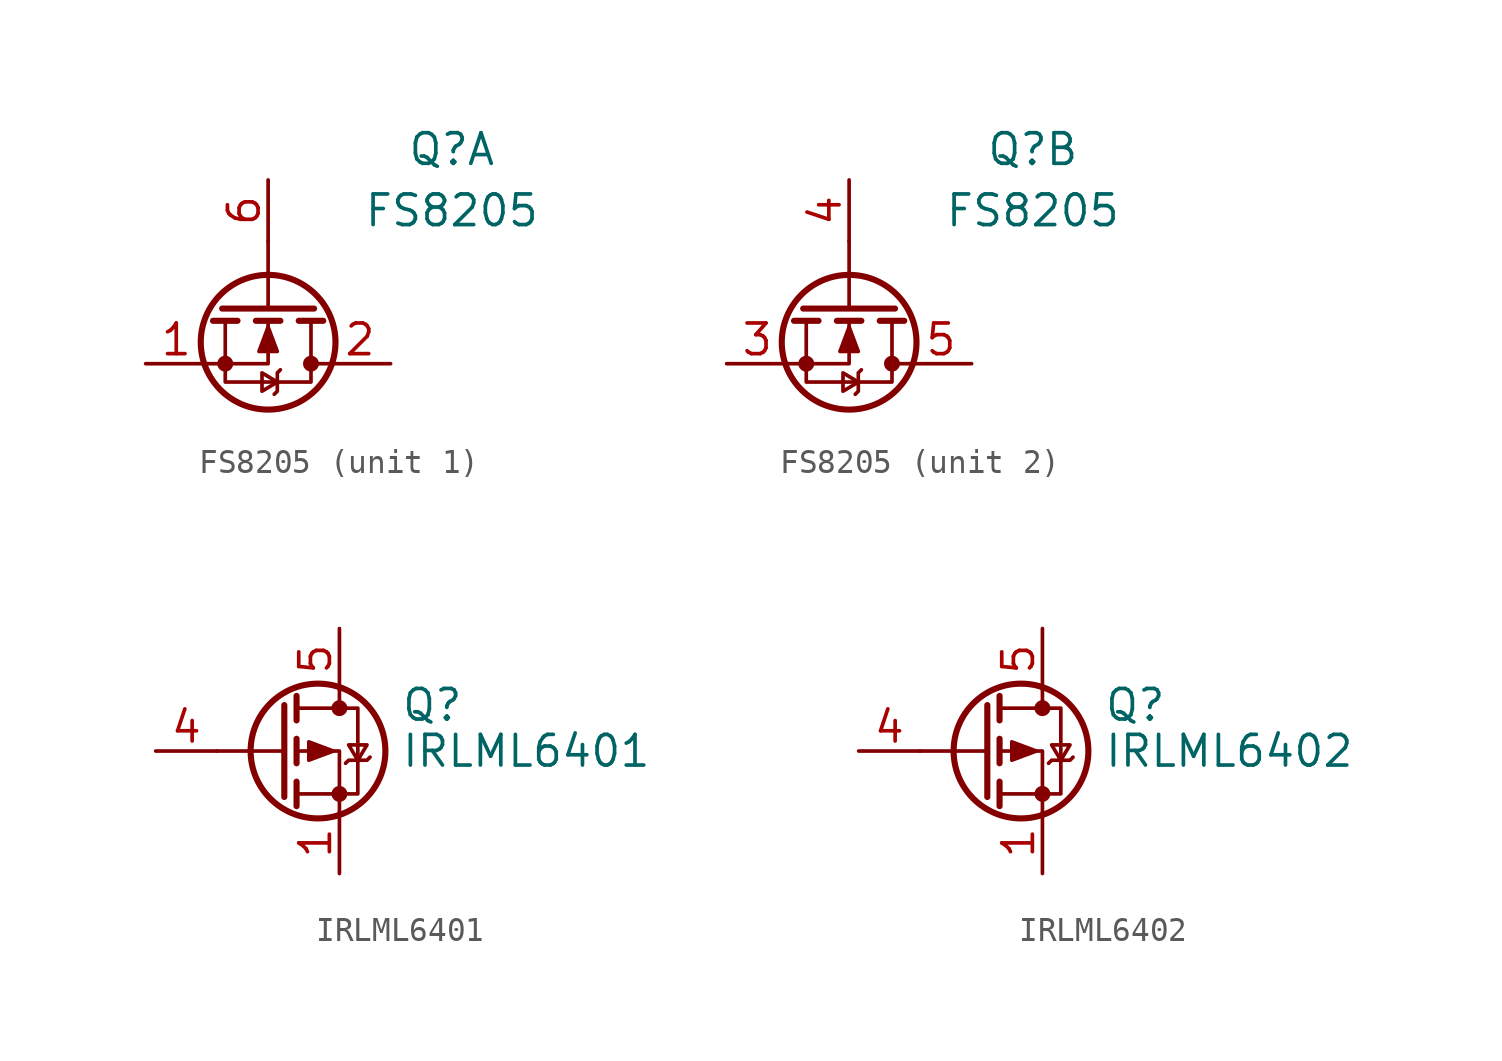
<source format=kicad_sym>
(kicad_symbol_lib
  (version 20211014)
  (generator kicad_symbol_editor)
  (symbol "FS8205"
    (pin_names
      (offset 0) hide)
    (property "Reference" "Q"
      (at 7.62 7.62 0)
      (effects (font (size 1.27 1.27))))
    (property "Value" "FS8205"
      (at 7.62 5.08 0)
      (effects (font (size 1.27 1.27))))
    (symbol "FS8205_0_1"
      (circle (center -1.778 -1.27) (radius 0.254) (stroke (width 0) (type default) (color 0 0 0 0)) (fill (type outline)))
      (circle (center 0 -0.381) (radius 2.794) (stroke (width 0.254) (type default) (color 0 0 0 0)) (fill (type none)))
      (polyline (pts (xy -1.27 0.508) (xy -2.286 0.508)) (stroke (width 0.254) (type default) (color 0 0 0 0)) (fill (type none)))
      (polyline (pts (xy 0 1.016) (xy 0 3.81)) (stroke (width 0) (type default) (color 0 0 0 0)) (fill (type none)))
      (polyline (pts (xy 0.508 0.508) (xy -0.508 0.508)) (stroke (width 0.254) (type default) (color 0 0 0 0)) (fill (type none)))
      (polyline (pts (xy 1.905 1.016) (xy -1.905 1.016)) (stroke (width 0.254) (type default) (color 0 0 0 0)) (fill (type none)))
      (polyline (pts (xy 2.286 0.508) (xy 1.27 0.508)) (stroke (width 0.254) (type default) (color 0 0 0 0)) (fill (type none)))
      (polyline (pts (xy 2.54 -1.27) (xy 1.778 -1.27)) (stroke (width 0) (type default) (color 0 0 0 0)) (fill (type none)))
      (polyline (pts (xy -2.54 -1.27) (xy 0 -1.27) (xy 0 0.508)) (stroke (width 0) (type default) (color 0 0 0 0)) (fill (type none)))
      (polyline (pts (xy -1.778 0.508) (xy -1.778 -2.032) (xy 1.778 -2.032) (xy 1.778 0.508)) (stroke (width 0) (type default) (color 0 0 0 0)) (fill (type none)))
      (polyline (pts (xy 0 0.254) (xy 0.381 -0.762) (xy -0.381 -0.762) (xy 0 0.254)) (stroke (width 0) (type default) (color 0 0 0 0)) (fill (type outline)))
      (polyline (pts (xy 0.381 -2.032) (xy -0.254 -1.651) (xy -0.254 -2.413) (xy 0.381 -2.032)) (stroke (width 0) (type default) (color 0 0 0 0)) (fill (type none)))
      (polyline (pts (xy 0.508 -1.524) (xy 0.381 -1.651) (xy 0.381 -2.413) (xy 0.254 -2.54)) (stroke (width 0) (type default) (color 0 0 0 0)) (fill (type none)))
      (circle (center 1.778 -1.27) (radius 0.254) (stroke (width 0) (type default) (color 0 0 0 0)) (fill (type outline))))
    (symbol "FS8205_1_1"
      (pin passive line (at -5.08 -1.27 0) (length 2.54) (name "S2" (effects (font (size 1.27 1.27)))) (number "1" (effects (font (size 1.27 1.27)))))
      (pin passive line (at 5.08 -1.27 180) (length 2.54) (name "D12" (effects (font (size 1.27 1.27)))) (number "2" (effects (font (size 1.27 1.27)))))
      (pin input line (at 0 6.35 270) (length 2.54) (name "G2" (effects (font (size 1.27 1.27)))) (number "6" (effects (font (size 1.27 1.27))))))
    (symbol "FS8205_2_1"
      (pin passive line (at -5.08 -1.27 0) (length 2.54) (name "S2" (effects (font (size 1.27 1.27)))) (number "3" (effects (font (size 1.27 1.27)))))
      (pin input line (at 0 6.35 270) (length 2.54) (name "G2" (effects (font (size 1.27 1.27)))) (number "4" (effects (font (size 1.27 1.27)))))
      (pin passive line (at 5.08 -1.27 180) (length 2.54) (name "D12" (effects (font (size 1.27 1.27)))) (number "5" (effects (font (size 1.27 1.27)))))))
  (symbol "IRLML6401"
    (pin_names hide)
    (property "Reference" "Q"
      (at 5.08 1.905 0)
      (effects (font (size 1.27 1.27)) (justify left)))
    (property "Value" "IRLML6401"
      (at 5.08 0 0)
      (effects (font (size 1.27 1.27)) (justify left)))
    (symbol "IRLML6401_0_1"
      (polyline (pts (xy 0.254 0) (xy -2.54 0)) (stroke (width 0) (type default) (color 0 0 0 0)) (fill (type none)))
      (polyline (pts (xy 0.254 1.905) (xy 0.254 -1.905)) (stroke (width 0.254) (type default) (color 0 0 0 0)) (fill (type none)))
      (polyline (pts (xy 0.762 -1.27) (xy 0.762 -2.286)) (stroke (width 0.254) (type default) (color 0 0 0 0)) (fill (type none)))
      (polyline (pts (xy 0.762 0.508) (xy 0.762 -0.508)) (stroke (width 0.254) (type default) (color 0 0 0 0)) (fill (type none)))
      (polyline (pts (xy 0.762 2.286) (xy 0.762 1.27)) (stroke (width 0.254) (type default) (color 0 0 0 0)) (fill (type none)))
      (polyline (pts (xy 2.54 2.54) (xy 2.54 1.778)) (stroke (width 0) (type default) (color 0 0 0 0)) (fill (type none)))
      (polyline (pts (xy 2.54 -2.54) (xy 2.54 0) (xy 0.762 0)) (stroke (width 0) (type default) (color 0 0 0 0)) (fill (type none)))
      (polyline (pts (xy 0.762 1.778) (xy 3.302 1.778) (xy 3.302 -1.778) (xy 0.762 -1.778)) (stroke (width 0) (type default) (color 0 0 0 0)) (fill (type none)))
      (polyline (pts (xy 2.286 0) (xy 1.27 0.381) (xy 1.27 -0.381) (xy 2.286 0)) (stroke (width 0) (type default) (color 0 0 0 0)) (fill (type outline)))
      (polyline (pts (xy 2.794 -0.508) (xy 2.921 -0.381) (xy 3.683 -0.381) (xy 3.81 -0.254)) (stroke (width 0) (type default) (color 0 0 0 0)) (fill (type none)))
      (polyline (pts (xy 3.302 -0.381) (xy 2.921 0.254) (xy 3.683 0.254) (xy 3.302 -0.381)) (stroke (width 0) (type default) (color 0 0 0 0)) (fill (type none)))
      (circle (center 1.651 0) (radius 2.794) (stroke (width 0.254) (type default) (color 0 0 0 0)) (fill (type none)))
      (circle (center 2.54 -1.778) (radius 0.254) (stroke (width 0) (type default) (color 0 0 0 0)) (fill (type outline)))
      (circle (center 2.54 1.778) (radius 0.254) (stroke (width 0) (type default) (color 0 0 0 0)) (fill (type outline))))
    (symbol "IRLML6401_1_1"
      (pin passive line (at 2.54 -5.08 90) (length 2.54) (name "S" (effects (font (size 1.27 1.27)))) (number "1" (effects (font (size 1.27 1.27)))))
      (pin passive line (at 2.54 -5.08 90) (length 2.54) hide (name "S" (effects (font (size 1.27 1.27)))) (number "2" (effects (font (size 1.27 1.27)))))
      (pin passive line (at 2.54 -5.08 90) (length 2.54) hide (name "S" (effects (font (size 1.27 1.27)))) (number "3" (effects (font (size 1.27 1.27)))))
      (pin input line (at -5.08 0 0) (length 2.54) (name "G" (effects (font (size 1.27 1.27)))) (number "4" (effects (font (size 1.27 1.27)))))
      (pin passive line (at 2.54 5.08 270) (length 2.54) (name "D" (effects (font (size 1.27 1.27)))) (number "5" (effects (font (size 1.27 1.27)))))
      (pin passive line (at 2.54 5.08 270) (length 2.54) hide (name "D" (effects (font (size 1.27 1.27)))) (number "6" (effects (font (size 1.27 1.27)))))
      (pin passive line (at 2.54 5.08 270) (length 2.54) hide (name "D" (effects (font (size 1.27 1.27)))) (number "7" (effects (font (size 1.27 1.27)))))
      (pin passive line (at 2.54 5.08 270) (length 2.54) hide (name "D" (effects (font (size 1.27 1.27)))) (number "8" (effects (font (size 1.27 1.27)))))))
  (symbol "IRLML6402"
    (pin_names hide)
    (property "Reference" "Q"
      (at 5.08 1.905 0)
      (effects (font (size 1.27 1.27)) (justify left)))
    (property "Value" "IRLML6402"
      (at 5.08 0 0)
      (effects (font (size 1.27 1.27)) (justify left)))
    (symbol "IRLML6402_0_1"
      (polyline (pts (xy 0.254 0) (xy -2.54 0)) (stroke (width 0) (type default) (color 0 0 0 0)) (fill (type none)))
      (polyline (pts (xy 0.254 1.905) (xy 0.254 -1.905)) (stroke (width 0.254) (type default) (color 0 0 0 0)) (fill (type none)))
      (polyline (pts (xy 0.762 -1.27) (xy 0.762 -2.286)) (stroke (width 0.254) (type default) (color 0 0 0 0)) (fill (type none)))
      (polyline (pts (xy 0.762 0.508) (xy 0.762 -0.508)) (stroke (width 0.254) (type default) (color 0 0 0 0)) (fill (type none)))
      (polyline (pts (xy 0.762 2.286) (xy 0.762 1.27)) (stroke (width 0.254) (type default) (color 0 0 0 0)) (fill (type none)))
      (polyline (pts (xy 2.54 2.54) (xy 2.54 1.778)) (stroke (width 0) (type default) (color 0 0 0 0)) (fill (type none)))
      (polyline (pts (xy 2.54 -2.54) (xy 2.54 0) (xy 0.762 0)) (stroke (width 0) (type default) (color 0 0 0 0)) (fill (type none)))
      (polyline (pts (xy 0.762 1.778) (xy 3.302 1.778) (xy 3.302 -1.778) (xy 0.762 -1.778)) (stroke (width 0) (type default) (color 0 0 0 0)) (fill (type none)))
      (polyline (pts (xy 2.286 0) (xy 1.27 0.381) (xy 1.27 -0.381) (xy 2.286 0)) (stroke (width 0) (type default) (color 0 0 0 0)) (fill (type outline)))
      (polyline (pts (xy 2.794 -0.508) (xy 2.921 -0.381) (xy 3.683 -0.381) (xy 3.81 -0.254)) (stroke (width 0) (type default) (color 0 0 0 0)) (fill (type none)))
      (polyline (pts (xy 3.302 -0.381) (xy 2.921 0.254) (xy 3.683 0.254) (xy 3.302 -0.381)) (stroke (width 0) (type default) (color 0 0 0 0)) (fill (type none)))
      (circle (center 1.651 0) (radius 2.794) (stroke (width 0.254) (type default) (color 0 0 0 0)) (fill (type none)))
      (circle (center 2.54 -1.778) (radius 0.254) (stroke (width 0) (type default) (color 0 0 0 0)) (fill (type outline)))
      (circle (center 2.54 1.778) (radius 0.254) (stroke (width 0) (type default) (color 0 0 0 0)) (fill (type outline))))
    (symbol "IRLML6402_1_1"
      (pin passive line (at 2.54 -5.08 90) (length 2.54) (name "S" (effects (font (size 1.27 1.27)))) (number "1" (effects (font (size 1.27 1.27)))))
      (pin passive line (at 2.54 -5.08 90) (length 2.54) hide (name "S" (effects (font (size 1.27 1.27)))) (number "2" (effects (font (size 1.27 1.27)))))
      (pin passive line (at 2.54 -5.08 90) (length 2.54) hide (name "S" (effects (font (size 1.27 1.27)))) (number "3" (effects (font (size 1.27 1.27)))))
      (pin input line (at -5.08 0 0) (length 2.54) (name "G" (effects (font (size 1.27 1.27)))) (number "4" (effects (font (size 1.27 1.27)))))
      (pin passive line (at 2.54 5.08 270) (length 2.54) (name "D" (effects (font (size 1.27 1.27)))) (number "5" (effects (font (size 1.27 1.27)))))
      (pin passive line (at 2.54 5.08 270) (length 2.54) hide (name "D" (effects (font (size 1.27 1.27)))) (number "6" (effects (font (size 1.27 1.27)))))
      (pin passive line (at 2.54 5.08 270) (length 2.54) hide (name "D" (effects (font (size 1.27 1.27)))) (number "7" (effects (font (size 1.27 1.27)))))
      (pin passive line (at 2.54 5.08 270) (length 2.54) hide (name "D" (effects (font (size 1.27 1.27)))) (number "8" (effects (font (size 1.27 1.27))))))))
</source>
